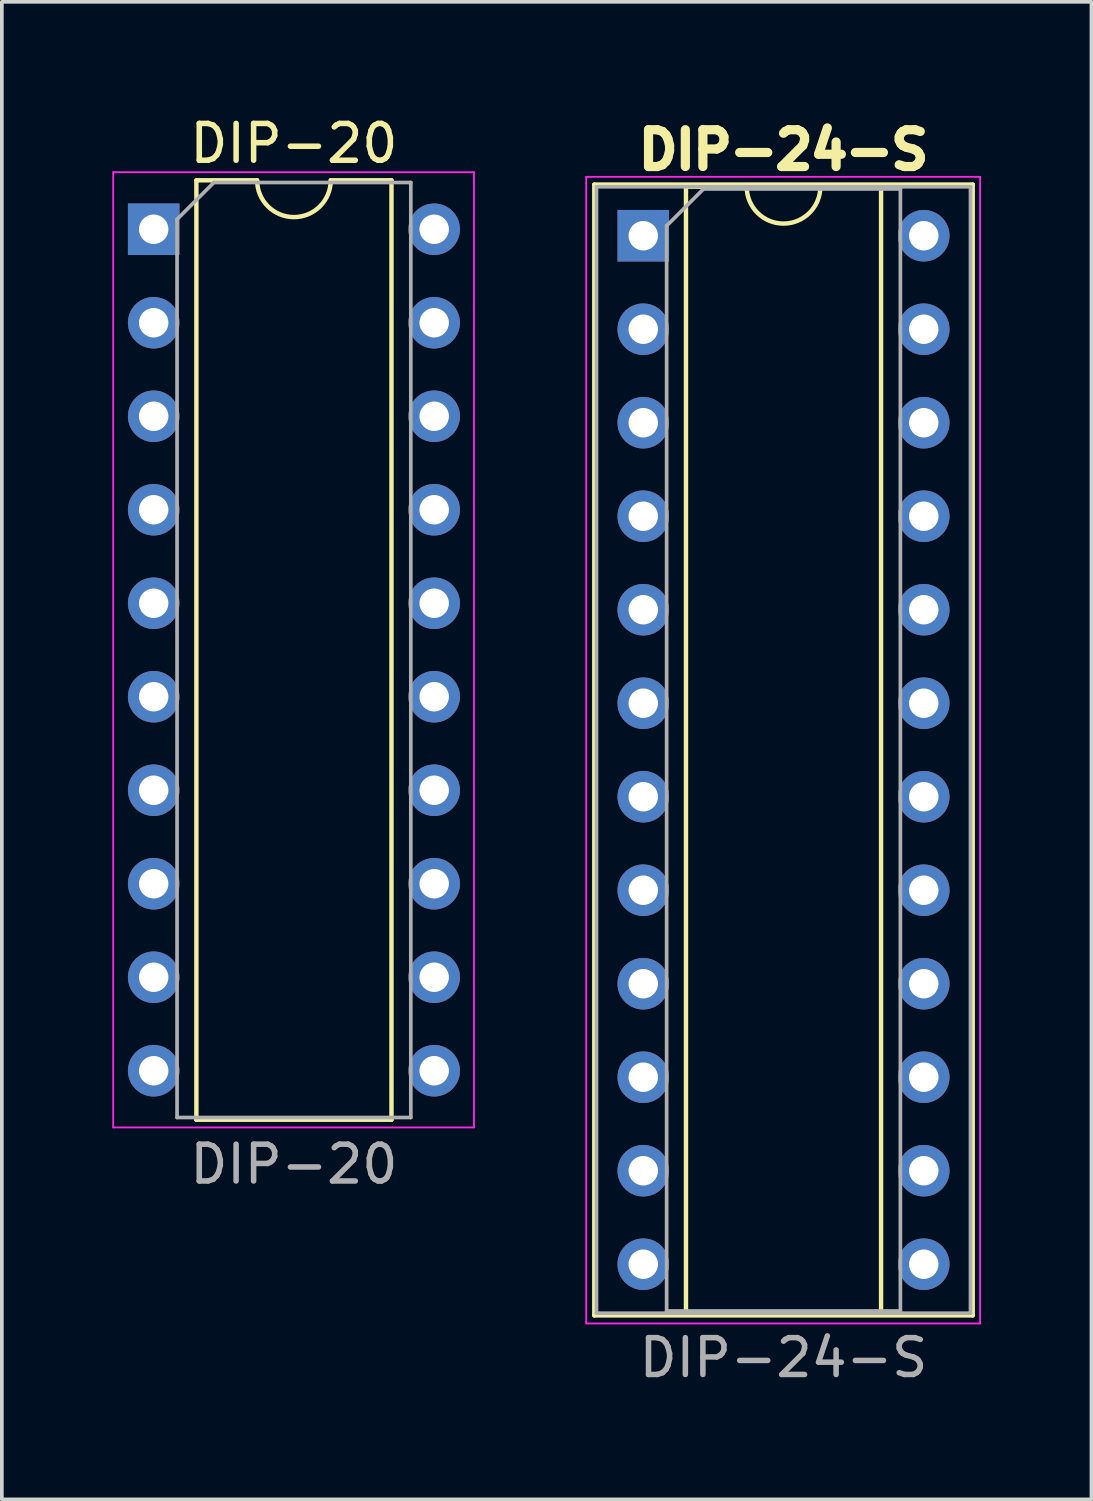
<source format=kicad_pcb>
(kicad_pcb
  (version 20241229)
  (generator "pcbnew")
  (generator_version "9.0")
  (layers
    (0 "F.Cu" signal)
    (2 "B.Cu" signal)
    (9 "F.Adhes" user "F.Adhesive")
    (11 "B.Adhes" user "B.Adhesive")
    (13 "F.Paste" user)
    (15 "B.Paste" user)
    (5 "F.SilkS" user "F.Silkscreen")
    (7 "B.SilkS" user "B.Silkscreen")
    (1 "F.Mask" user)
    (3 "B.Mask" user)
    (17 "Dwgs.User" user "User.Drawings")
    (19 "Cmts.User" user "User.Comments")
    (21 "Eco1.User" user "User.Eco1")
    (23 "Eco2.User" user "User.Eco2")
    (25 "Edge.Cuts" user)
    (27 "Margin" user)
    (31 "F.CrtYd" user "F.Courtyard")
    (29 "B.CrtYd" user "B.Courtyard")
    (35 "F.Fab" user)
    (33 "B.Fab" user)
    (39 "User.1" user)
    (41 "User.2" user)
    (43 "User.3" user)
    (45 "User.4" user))
  (footprint "DIP-24-S"
    (layer "F.Cu")
    (at 14.425 3.354)
    (property "Reference" "DIP-24-S" (at 3.81 -2.33 0) (layer "F.SilkS") (effects (font (size 1 1) (thickness 0.25))))
    (attr through_hole)
    (fp_line (start -1.33 -1.39) (end -1.33 29.33) (stroke (width 0.12) (type solid)) (layer "F.SilkS"))
    (fp_line (start -1.33 29.33) (end 8.95 29.33) (stroke (width 0.12) (type solid)) (layer "F.SilkS"))
    (fp_line (start 1.16 -1.33) (end 1.16 29.27) (stroke (width 0.12) (type solid)) (layer "F.SilkS"))
    (fp_line (start 1.16 29.27) (end 6.46 29.27) (stroke (width 0.12) (type solid)) (layer "F.SilkS"))
    (fp_line (start 2.81 -1.33) (end 1.16 -1.33) (stroke (width 0.12) (type solid)) (layer "F.SilkS"))
    (fp_line (start 6.46 -1.33) (end 4.81 -1.33) (stroke (width 0.12) (type solid)) (layer "F.SilkS"))
    (fp_line (start 6.46 29.27) (end 6.46 -1.33) (stroke (width 0.12) (type solid)) (layer "F.SilkS"))
    (fp_line (start 8.95 -1.39) (end -1.33 -1.39) (stroke (width 0.12) (type solid)) (layer "F.SilkS"))
    (fp_line (start 8.95 29.33) (end 8.95 -1.39) (stroke (width 0.12) (type solid)) (layer "F.SilkS"))
    (fp_arc (start 4.81 -1.33) (mid 3.81 -0.33) (end 2.81 -1.33) (stroke (width 0.12) (type solid)) (layer "F.SilkS"))
    (fp_line (start -1.55 -1.6) (end -1.55 29.55) (stroke (width 0.05) (type solid)) (layer "F.CrtYd"))
    (fp_line (start -1.55 29.55) (end 9.15 29.55) (stroke (width 0.05) (type solid)) (layer "F.CrtYd"))
    (fp_line (start 9.15 -1.6) (end -1.55 -1.6) (stroke (width 0.05) (type solid)) (layer "F.CrtYd"))
    (fp_line (start 9.15 29.55) (end 9.15 -1.6) (stroke (width 0.05) (type solid)) (layer "F.CrtYd"))
    (fp_line (start -1.27 -1.33) (end -1.27 29.27) (stroke (width 0.1) (type solid)) (layer "F.Fab"))
    (fp_line (start -1.27 29.27) (end 8.89 29.27) (stroke (width 0.1) (type solid)) (layer "F.Fab"))
    (fp_line (start 0.635 -0.27) (end 1.635 -1.27) (stroke (width 0.1) (type solid)) (layer "F.Fab"))
    (fp_line (start 0.635 29.21) (end 0.635 -0.27) (stroke (width 0.1) (type solid)) (layer "F.Fab"))
    (fp_line (start 1.635 -1.27) (end 6.985 -1.27) (stroke (width 0.1) (type solid)) (layer "F.Fab"))
    (fp_line (start 6.985 -1.27) (end 6.985 29.21) (stroke (width 0.1) (type solid)) (layer "F.Fab"))
    (fp_line (start 6.985 29.21) (end 0.635 29.21) (stroke (width 0.1) (type solid)) (layer "F.Fab"))
    (fp_line (start 8.89 -1.33) (end -1.27 -1.33) (stroke (width 0.1) (type solid)) (layer "F.Fab"))
    (fp_line (start 8.89 29.27) (end 8.89 -1.33) (stroke (width 0.1) (type solid)) (layer "F.Fab"))
    (fp_text user "${REFERENCE}" (at 3.81 30.48 0) (layer "F.Fab") (effects (font (size 1 1) (thickness 0.15))))
    (pad "1" thru_hole rect (at 0 0) (size 1.4 1.4) (drill 0.8) (layers "*.Cu" "*.Mask"))
    (pad "2" thru_hole circle (at 0 2.54) (size 1.4 1.4) (drill 0.8) (layers "*.Cu" "*.Mask"))
    (pad "3" thru_hole circle (at 0 5.08) (size 1.4 1.4) (drill 0.8) (layers "*.Cu" "*.Mask"))
    (pad "4" thru_hole circle (at 0 7.62) (size 1.4 1.4) (drill 0.8) (layers "*.Cu" "*.Mask"))
    (pad "5" thru_hole circle (at 0 10.16) (size 1.4 1.4) (drill 0.8) (layers "*.Cu" "*.Mask"))
    (pad "6" thru_hole circle (at 0 12.7) (size 1.4 1.4) (drill 0.8) (layers "*.Cu" "*.Mask"))
    (pad "7" thru_hole circle (at 0 15.24) (size 1.4 1.4) (drill 0.8) (layers "*.Cu" "*.Mask"))
    (pad "8" thru_hole circle (at 0 17.78) (size 1.4 1.4) (drill 0.8) (layers "*.Cu" "*.Mask"))
    (pad "9" thru_hole circle (at 0 20.32) (size 1.4 1.4) (drill 0.8) (layers "*.Cu" "*.Mask"))
    (pad "10" thru_hole circle (at 0 22.86) (size 1.4 1.4) (drill 0.8) (layers "*.Cu" "*.Mask"))
    (pad "11" thru_hole circle (at 0 25.4) (size 1.4 1.4) (drill 0.8) (layers "*.Cu" "*.Mask"))
    (pad "12" thru_hole circle (at 0 27.94) (size 1.4 1.4) (drill 0.8) (layers "*.Cu" "*.Mask"))
    (pad "13" thru_hole circle (at 7.62 27.94) (size 1.4 1.4) (drill 0.8) (layers "*.Cu" "*.Mask"))
    (pad "14" thru_hole circle (at 7.62 25.4) (size 1.4 1.4) (drill 0.8) (layers "*.Cu" "*.Mask"))
    (pad "15" thru_hole circle (at 7.62 22.86) (size 1.4 1.4) (drill 0.8) (layers "*.Cu" "*.Mask"))
    (pad "16" thru_hole circle (at 7.62 20.32) (size 1.4 1.4) (drill 0.8) (layers "*.Cu" "*.Mask"))
    (pad "17" thru_hole circle (at 7.62 17.78) (size 1.4 1.4) (drill 0.8) (layers "*.Cu" "*.Mask"))
    (pad "18" thru_hole circle (at 7.62 15.24) (size 1.4 1.4) (drill 0.8) (layers "*.Cu" "*.Mask"))
    (pad "19" thru_hole circle (at 7.62 12.7) (size 1.4 1.4) (drill 0.8) (layers "*.Cu" "*.Mask"))
    (pad "20" thru_hole circle (at 7.62 10.16) (size 1.4 1.4) (drill 0.8) (layers "*.Cu" "*.Mask"))
    (pad "21" thru_hole circle (at 7.62 7.62) (size 1.4 1.4) (drill 0.8) (layers "*.Cu" "*.Mask"))
    (pad "22" thru_hole circle (at 7.62 5.08) (size 1.4 1.4) (drill 0.8) (layers "*.Cu" "*.Mask"))
    (pad "23" thru_hole circle (at 7.62 2.54) (size 1.4 1.4) (drill 0.8) (layers "*.Cu" "*.Mask"))
    (pad "24" thru_hole circle (at 7.62 0) (size 1.4 1.4) (drill 0.8) (layers "*.Cu" "*.Mask")))
  (footprint "DIP-20"
    (layer "F.Cu")
    (at 1.125 3.178)
    (property "Reference" "DIP-20" (at 3.81 -2.33 0) (layer "F.SilkS") (effects (font (size 1 1) (thickness 0.15))))
    (attr through_hole)
    (fp_line (start 1.16 -1.33) (end 1.16 24.19) (stroke (width 0.12) (type solid)) (layer "F.SilkS"))
    (fp_line (start 1.16 24.19) (end 6.46 24.19) (stroke (width 0.12) (type solid)) (layer "F.SilkS"))
    (fp_line (start 2.81 -1.33) (end 1.16 -1.33) (stroke (width 0.12) (type solid)) (layer "F.SilkS"))
    (fp_line (start 6.46 -1.33) (end 4.81 -1.33) (stroke (width 0.12) (type solid)) (layer "F.SilkS"))
    (fp_line (start 6.46 24.19) (end 6.46 -1.33) (stroke (width 0.12) (type solid)) (layer "F.SilkS"))
    (fp_arc (start 4.81 -1.33) (mid 3.81 -0.33) (end 2.81 -1.33) (stroke (width 0.12) (type solid)) (layer "F.SilkS"))
    (fp_line (start -1.1 -1.55) (end -1.1 24.4) (stroke (width 0.05) (type solid)) (layer "F.CrtYd"))
    (fp_line (start -1.1 24.4) (end 8.7 24.4) (stroke (width 0.05) (type solid)) (layer "F.CrtYd"))
    (fp_line (start 8.7 -1.55) (end -1.1 -1.55) (stroke (width 0.05) (type solid)) (layer "F.CrtYd"))
    (fp_line (start 8.7 24.4) (end 8.7 -1.55) (stroke (width 0.05) (type solid)) (layer "F.CrtYd"))
    (fp_line (start 0.635 -0.27) (end 1.635 -1.27) (stroke (width 0.1) (type solid)) (layer "F.Fab"))
    (fp_line (start 0.635 24.13) (end 0.635 -0.27) (stroke (width 0.1) (type solid)) (layer "F.Fab"))
    (fp_line (start 1.635 -1.27) (end 6.985 -1.27) (stroke (width 0.1) (type solid)) (layer "F.Fab"))
    (fp_line (start 6.985 -1.27) (end 6.985 24.13) (stroke (width 0.1) (type solid)) (layer "F.Fab"))
    (fp_line (start 6.985 24.13) (end 0.635 24.13) (stroke (width 0.1) (type solid)) (layer "F.Fab"))
    (fp_text user "${REFERENCE}" (at 3.81 25.4 0) (layer "F.Fab") (effects (font (size 1 1) (thickness 0.15))))
    (pad "1" thru_hole rect (at 0 0) (size 1.4 1.4) (drill 0.8) (layers "*.Cu" "*.Mask"))
    (pad "2" thru_hole oval (at 0 2.54) (size 1.4 1.4) (drill 0.8) (layers "*.Cu" "*.Mask"))
    (pad "3" thru_hole oval (at 0 5.08) (size 1.4 1.4) (drill 0.8) (layers "*.Cu" "*.Mask"))
    (pad "4" thru_hole oval (at 0 7.62) (size 1.4 1.4) (drill 0.8) (layers "*.Cu" "*.Mask"))
    (pad "5" thru_hole oval (at 0 10.16) (size 1.4 1.4) (drill 0.8) (layers "*.Cu" "*.Mask"))
    (pad "6" thru_hole oval (at 0 12.7) (size 1.4 1.4) (drill 0.8) (layers "*.Cu" "*.Mask"))
    (pad "7" thru_hole oval (at 0 15.24) (size 1.4 1.4) (drill 0.8) (layers "*.Cu" "*.Mask"))
    (pad "8" thru_hole oval (at 0 17.78) (size 1.4 1.4) (drill 0.8) (layers "*.Cu" "*.Mask"))
    (pad "9" thru_hole oval (at 0 20.32) (size 1.4 1.4) (drill 0.8) (layers "*.Cu" "*.Mask"))
    (pad "10" thru_hole oval (at 0 22.86) (size 1.4 1.4) (drill 0.8) (layers "*.Cu" "*.Mask"))
    (pad "11" thru_hole oval (at 7.62 22.86) (size 1.4 1.4) (drill 0.8) (layers "*.Cu" "*.Mask"))
    (pad "12" thru_hole oval (at 7.62 20.32) (size 1.4 1.4) (drill 0.8) (layers "*.Cu" "*.Mask"))
    (pad "13" thru_hole oval (at 7.62 17.78) (size 1.4 1.4) (drill 0.8) (layers "*.Cu" "*.Mask"))
    (pad "14" thru_hole oval (at 7.62 15.24) (size 1.4 1.4) (drill 0.8) (layers "*.Cu" "*.Mask"))
    (pad "15" thru_hole oval (at 7.62 12.7) (size 1.4 1.4) (drill 0.8) (layers "*.Cu" "*.Mask"))
    (pad "16" thru_hole oval (at 7.62 10.16) (size 1.4 1.4) (drill 0.8) (layers "*.Cu" "*.Mask"))
    (pad "17" thru_hole oval (at 7.62 7.62) (size 1.4 1.4) (drill 0.8) (layers "*.Cu" "*.Mask"))
    (pad "18" thru_hole oval (at 7.62 5.08) (size 1.4 1.4) (drill 0.8) (layers "*.Cu" "*.Mask"))
    (pad "19" thru_hole oval (at 7.62 2.54) (size 1.4 1.4) (drill 0.8) (layers "*.Cu" "*.Mask"))
    (pad "20" thru_hole oval (at 7.62 0) (size 1.4 1.4) (drill 0.8) (layers "*.Cu" "*.Mask")))
  (gr_rect
    (start -3 -3)
    (end 26.6 37.682)
    (stroke (width 0.1) (type default))
    (fill no)
    (layer "Edge.Cuts")))
</source>
